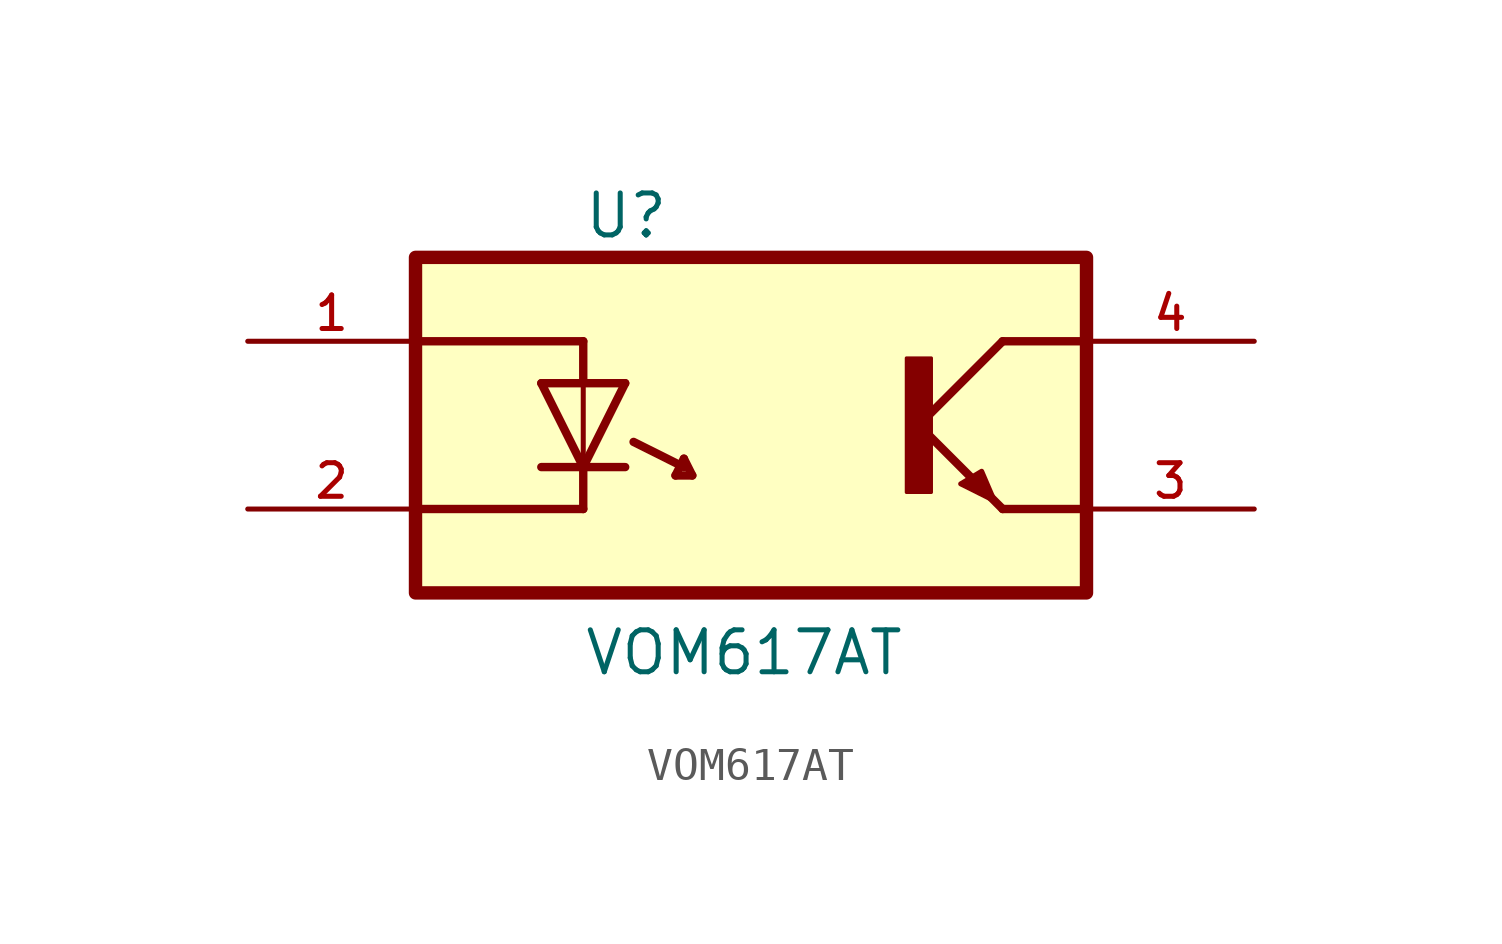
<source format=kicad_sym>
(kicad_symbol_lib
  (version 20211014)
  (generator kicad_symbol_editor)
  (symbol "VOM617AT"
    (pin_names
      (offset 1.016))
    (property "Reference" "U"
      (at -5.089 5.598 0)
      (effects (font (size 1.27 1.27)) (justify bottom left)))
    (property "Value" "VOM617AT"
      (at -5.088 -7.632 0)
      (effects (font (size 1.27 1.27)) (justify bottom left)))
    (symbol "VOM617AT_0_0"
      (polyline (pts (xy 7.62 2.54) (xy 5.08 0.0)) (stroke (width 0.254)))
      (polyline (pts (xy 5.08 0.0) (xy 7.62 -2.54)) (stroke (width 0.254)))
      (rectangle (start 4.706 -2.035) (end 5.461 2.032) (stroke (width 0.1)) (fill (type outline)))
      (polyline (pts (xy 6.985 -1.397) (xy 7.366 -2.286) (xy 6.35 -1.778) (xy 6.985 -1.397)) (stroke (width 0.152)) (fill (type outline)))
      (polyline (pts (xy 7.62 -2.54) (xy 10.16 -2.54)) (stroke (width 0.254)))
      (polyline (pts (xy 7.62 2.54) (xy 10.16 2.54)) (stroke (width 0.254)))
      (polyline (pts (xy -6.35 1.27) (xy -5.08 -1.27)) (stroke (width 0.254)))
      (polyline (pts (xy -5.08 -1.27) (xy -3.81 1.27)) (stroke (width 0.254)))
      (polyline (pts (xy -6.35 -1.27) (xy -5.08 -1.27)) (stroke (width 0.254)))
      (polyline (pts (xy -5.08 -1.27) (xy -3.81 -1.27)) (stroke (width 0.254)))
      (polyline (pts (xy -6.35 1.27) (xy -5.08 1.27)) (stroke (width 0.254)))
      (polyline (pts (xy -5.08 1.27) (xy -3.81 1.27)) (stroke (width 0.254)))
      (polyline (pts (xy -5.08 1.27) (xy -5.08 -1.27)) (stroke (width 0.152)))
      (polyline (pts (xy -5.08 -1.27) (xy -5.08 -2.54)) (stroke (width 0.254)))
      (polyline (pts (xy -5.08 1.27) (xy -5.08 2.54)) (stroke (width 0.254)))
      (polyline (pts (xy -10.16 2.54) (xy -5.08 2.54)) (stroke (width 0.254)))
      (polyline (pts (xy -10.16 -2.54) (xy -5.08 -2.54)) (stroke (width 0.254)))
      (polyline (pts (xy -3.556 -0.508) (xy -2.032 -1.27)) (stroke (width 0.254)))
      (polyline (pts (xy -2.286 -1.524) (xy -2.032 -1.016)) (stroke (width 0.254)))
      (polyline (pts (xy -2.032 -1.016) (xy -1.778 -1.524)) (stroke (width 0.254)))
      (polyline (pts (xy -1.778 -1.524) (xy -2.286 -1.524)) (stroke (width 0.254)))
      (rectangle (start -10.16 -5.08) (end 10.16 5.08) (stroke (width 0.406)) (fill (type background)))
      (pin passive line (at -15.24 2.54 0) (length 5.08) (name "~" (effects (font (size 1.016 1.016)))) (number "1" (effects (font (size 1.016 1.016)))))
      (pin passive line (at -15.24 -2.54 0) (length 5.08) (name "~" (effects (font (size 1.016 1.016)))) (number "2" (effects (font (size 1.016 1.016)))))
      (pin passive line (at 15.24 2.54 180.0) (length 5.08) (name "~" (effects (font (size 1.016 1.016)))) (number "4" (effects (font (size 1.016 1.016)))))
      (pin passive line (at 15.24 -2.54 180.0) (length 5.08) (name "~" (effects (font (size 1.016 1.016)))) (number "3" (effects (font (size 1.016 1.016))))))))
</source>
